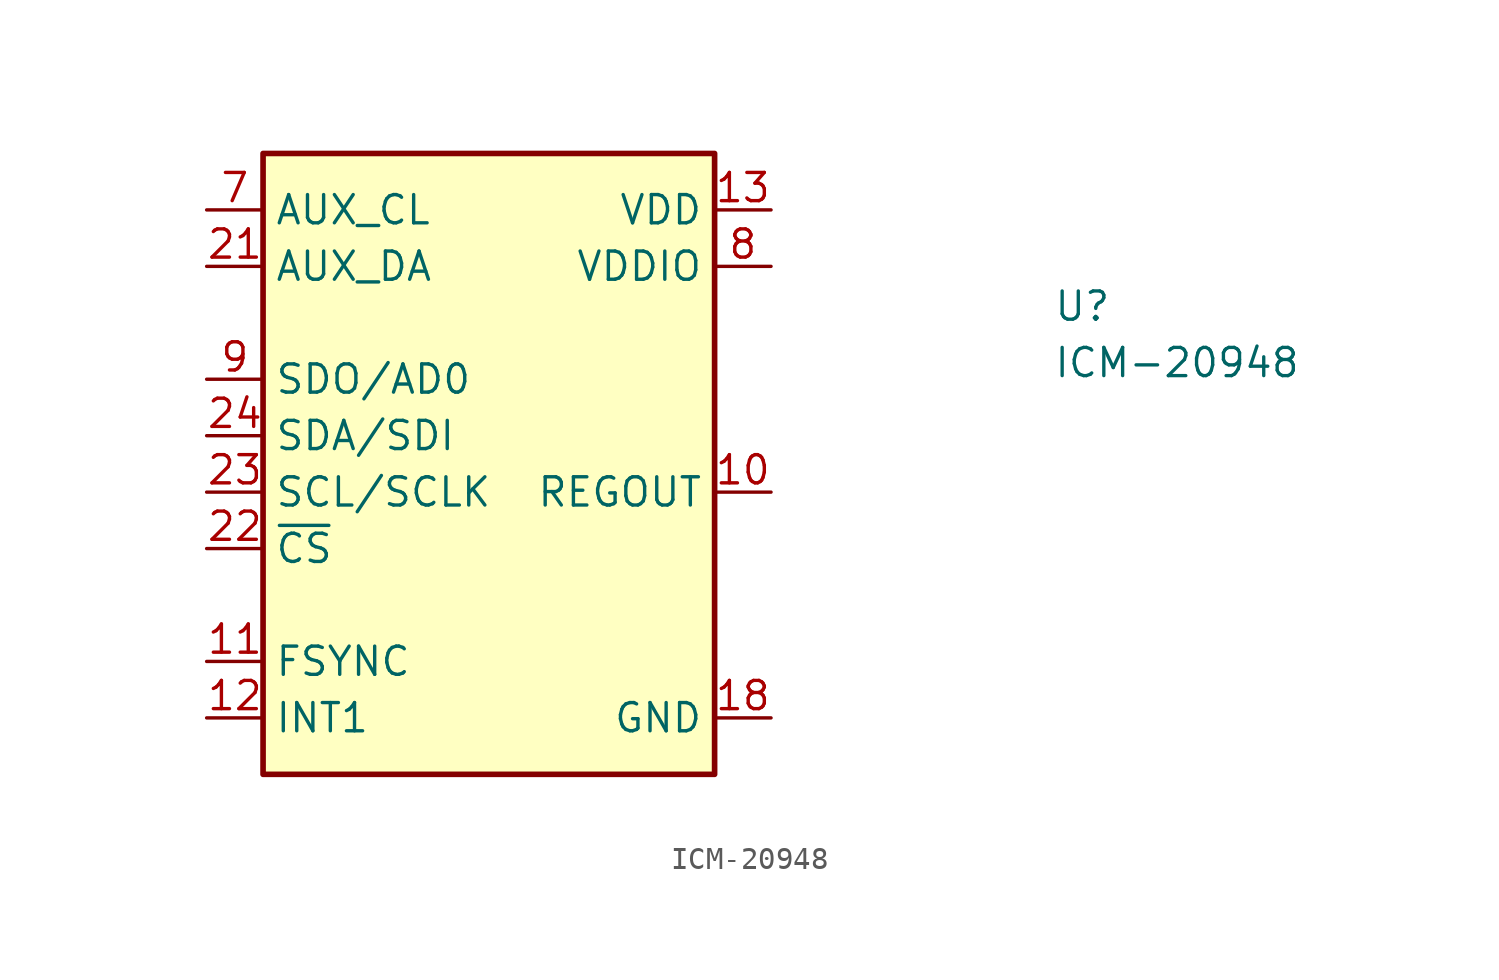
<source format=kicad_sym>
(kicad_symbol_lib
  (version 20211014)
  (generator kicad_symbol_editor)
  (symbol "ICM-20948"
    (property "Reference" "U"
      (at 38.1 -5.08 0)
      (effects (font (size 1.27 1.27) (thickness 0.15)) (justify left bottom)))
    (property "Value" "ICM-20948"
      (at 38.1 -7.62 0)
      (effects (font (size 1.27 1.27) (thickness 0.15)) (justify left bottom)))
    (symbol "ICM-20948_1_1"
      (rectangle (start 2.54 2.54) (end 22.86 -25.4) (stroke (width 0.254) (type default) (color 0 0 0 0)) (fill (type background)))
      (pin no_connect line (at 2.54 -5.08 0) (length 2.54) hide (name "NC" (effects (font (size 1.27 1.27)))) (number "1" (effects (font (size 1.27 1.27)))))
      (pin passive line (at 25.4 -12.7 180) (length 2.54) (name "REGOUT" (effects (font (size 1.27 1.27)))) (number "10" (effects (font (size 1.27 1.27)))))
      (pin input line (at 0 -20.32 0) (length 2.54) (name "FSYNC" (effects (font (size 1.27 1.27)))) (number "11" (effects (font (size 1.27 1.27)))))
      (pin output line (at 0 -22.86 0) (length 2.54) (name "INT1" (effects (font (size 1.27 1.27)))) (number "12" (effects (font (size 1.27 1.27)))))
      (pin power_in line (at 25.4 0 180) (length 2.54) (name "VDD" (effects (font (size 1.27 1.27)))) (number "13" (effects (font (size 1.27 1.27)))))
      (pin no_connect line (at 22.86 -20.32 180) (length 2.54) hide (name "NC" (effects (font (size 1.27 1.27)))) (number "14" (effects (font (size 1.27 1.27)))))
      (pin no_connect line (at 15.24 2.54 270) (length 2.54) hide (name "NC" (effects (font (size 1.27 1.27)))) (number "15" (effects (font (size 1.27 1.27)))))
      (pin no_connect line (at 12.7 2.54 270) (length 2.54) hide (name "NC" (effects (font (size 1.27 1.27)))) (number "16" (effects (font (size 1.27 1.27)))))
      (pin no_connect line (at 10.16 2.54 270) (length 2.54) hide (name "NC" (effects (font (size 1.27 1.27)))) (number "17" (effects (font (size 1.27 1.27)))))
      (pin power_in line (at 25.4 -22.86 180) (length 2.54) (name "GND" (effects (font (size 1.27 1.27)))) (number "18" (effects (font (size 1.27 1.27)))))
      (pin no_connect line (at 2.54 -17.78 0) (length 2.54) hide (name "RESV" (effects (font (size 1.27 1.27)))) (number "19" (effects (font (size 1.27 1.27)))))
      (pin no_connect line (at 22.86 -5.08 180) (length 2.54) hide (name "NC" (effects (font (size 1.27 1.27)))) (number "2" (effects (font (size 1.27 1.27)))))
      (pin passive line (at 25.4 -22.86 180) (length 2.54) hide (name "GND" (effects (font (size 1.27 1.27)))) (number "20" (effects (font (size 1.27 1.27)))))
      (pin bidirectional line (at 0 -2.54 0) (length 2.54) (name "AUX_DA" (effects (font (size 1.27 1.27)))) (number "21" (effects (font (size 1.27 1.27)))))
      (pin input line (at 0 -15.24 0) (length 2.54) (name "~{CS}" (effects (font (size 1.27 1.27)))) (number "22" (effects (font (size 1.27 1.27)))))
      (pin input line (at 0 -12.7 0) (length 2.54) (name "SCL/SCLK" (effects (font (size 1.27 1.27)))) (number "23" (effects (font (size 1.27 1.27)))))
      (pin bidirectional line (at 0 -10.16 0) (length 2.54) (name "SDA/SDI" (effects (font (size 1.27 1.27)))) (number "24" (effects (font (size 1.27 1.27)))))
      (pin no_connect line (at 22.86 -7.62 180) (length 2.54) hide (name "NC" (effects (font (size 1.27 1.27)))) (number "3" (effects (font (size 1.27 1.27)))))
      (pin no_connect line (at 22.86 -15.24 180) (length 2.54) hide (name "NC" (effects (font (size 1.27 1.27)))) (number "4" (effects (font (size 1.27 1.27)))))
      (pin no_connect line (at 22.86 -10.16 180) (length 2.54) hide (name "NC" (effects (font (size 1.27 1.27)))) (number "5" (effects (font (size 1.27 1.27)))))
      (pin no_connect line (at 22.86 -17.78 180) (length 2.54) hide (name "NC" (effects (font (size 1.27 1.27)))) (number "6" (effects (font (size 1.27 1.27)))))
      (pin output line (at 0 0 0) (length 2.54) (name "AUX_CL" (effects (font (size 1.27 1.27)))) (number "7" (effects (font (size 1.27 1.27)))))
      (pin power_in line (at 25.4 -2.54 180) (length 2.54) (name "VDDIO" (effects (font (size 1.27 1.27)))) (number "8" (effects (font (size 1.27 1.27)))))
      (pin bidirectional line (at 0 -7.62 0) (length 2.54) (name "SDO/AD0" (effects (font (size 1.27 1.27)))) (number "9" (effects (font (size 1.27 1.27))))))))
</source>
